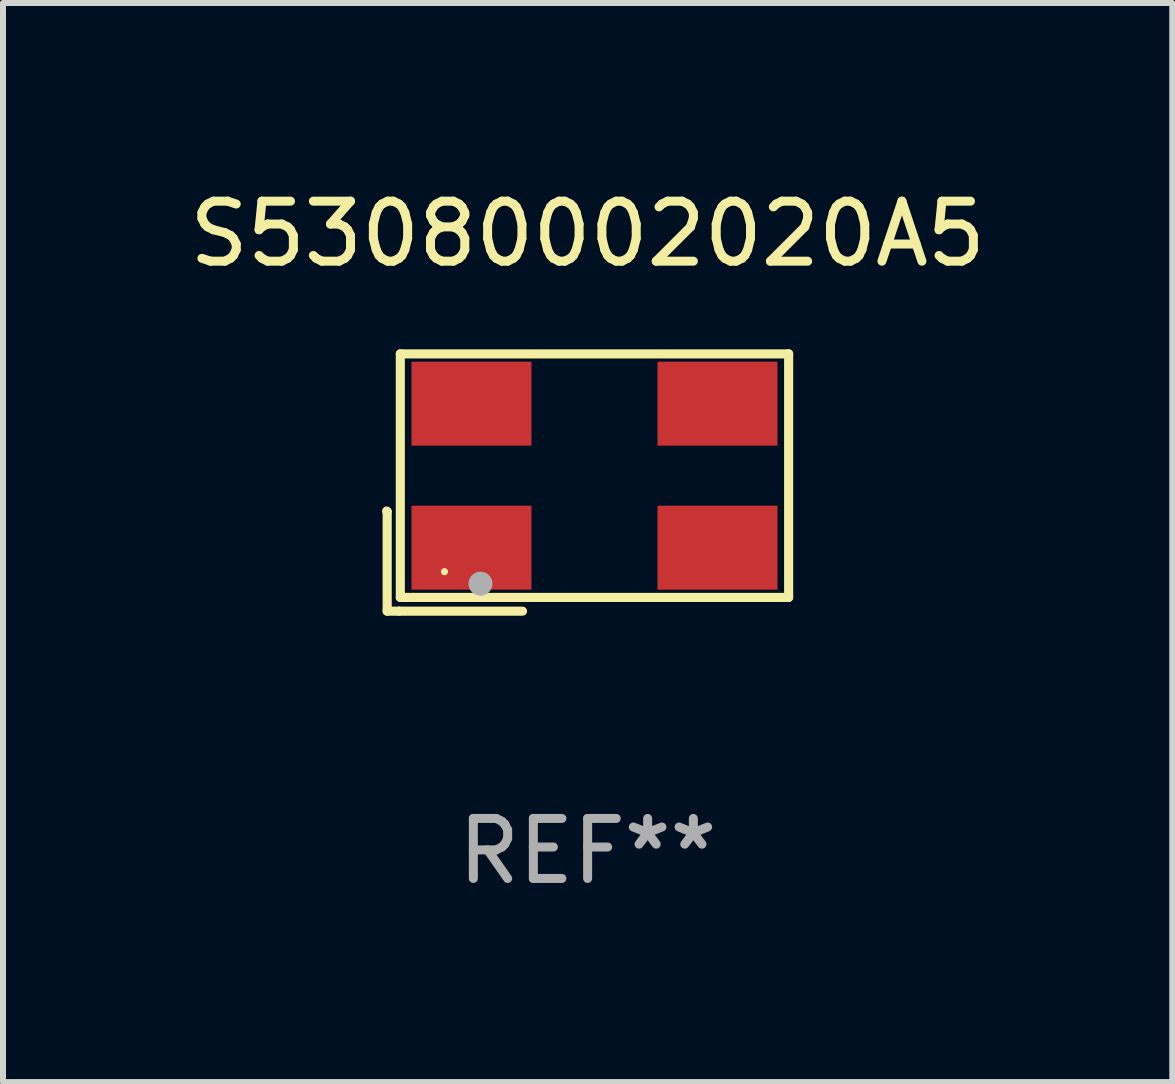
<source format=kicad_pcb>
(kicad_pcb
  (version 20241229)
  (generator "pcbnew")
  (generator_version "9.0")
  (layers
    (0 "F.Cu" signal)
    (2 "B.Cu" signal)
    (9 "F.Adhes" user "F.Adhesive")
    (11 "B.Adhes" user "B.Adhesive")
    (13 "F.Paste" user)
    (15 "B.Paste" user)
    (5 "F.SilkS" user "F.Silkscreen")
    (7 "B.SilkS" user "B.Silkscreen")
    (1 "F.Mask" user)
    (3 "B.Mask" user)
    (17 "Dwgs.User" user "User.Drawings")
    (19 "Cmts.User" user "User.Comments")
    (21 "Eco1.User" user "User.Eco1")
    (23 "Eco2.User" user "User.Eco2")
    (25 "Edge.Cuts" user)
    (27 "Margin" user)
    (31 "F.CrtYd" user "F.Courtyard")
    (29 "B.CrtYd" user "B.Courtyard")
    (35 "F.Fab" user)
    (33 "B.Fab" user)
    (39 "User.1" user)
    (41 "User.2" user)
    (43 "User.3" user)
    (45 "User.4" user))
  (footprint "S53080002020A5"
    (layer "F.Cu")
    (at 6.744 4.992)
    (property "Reference" "S53080002020A5" (at 0 -4.144 0) (layer "F.SilkS") (effects (font (size 1 1) (thickness 0.15))))
    (attr through_hole)
    (fp_line (start -3.35 0.476) (end -3.341 0.485) (stroke (width 0.152) (type solid)) (layer "F.SilkS"))
    (fp_line (start -3.341 0.485) (end -3.341 2.144) (stroke (width 0.152) (type solid)) (layer "F.SilkS"))
    (fp_line (start -3.341 2.144) (end -3.143 2.144) (stroke (width 0.152) (type solid)) (layer "F.SilkS"))
    (fp_line (start -3.143 2.144) (end -1.085 2.144) (stroke (width 0.152) (type solid)) (layer "F.SilkS"))
    (fp_line (start -3.122 -2.144) (end 3.35 -2.144) (stroke (width 0.152) (type solid)) (layer "F.SilkS"))
    (fp_line (start -3.122 1.915) (end -3.122 -2.144) (stroke (width 0.152) (type solid)) (layer "F.SilkS"))
    (fp_line (start -2.914 1.915) (end -3.122 1.915) (stroke (width 0.152) (type solid)) (layer "F.SilkS"))
    (fp_line (start 3.35 -2.144) (end 3.35 1.915) (stroke (width 0.152) (type solid)) (layer "F.SilkS"))
    (fp_line (start 3.35 1.915) (end -2.914 1.915) (stroke (width 0.152) (type solid)) (layer "F.SilkS"))
    (fp_circle (center -2.386 1.486) (end -2.356 1.486) (stroke (width 0.06) (type solid)) (fill no) (layer "F.SilkS"))
    (fp_circle (center -1.786 1.686) (end -1.686 1.686) (stroke (width 0.2) (type solid)) (fill no) (layer "F.Fab"))
    (fp_text user "REF**" (at 0 6.144 0) (layer "F.Fab") (effects (font (size 1 1) (thickness 0.15))))
    (pad "1" smd rect (at -1.936 1.086) (size 2 1.4) (layers "F.Cu" "F.Mask" "F.Paste"))
    (pad "2" smd rect (at 2.164 1.086) (size 2 1.4) (layers "F.Cu" "F.Mask" "F.Paste"))
    (pad "3" smd rect (at 2.164 -1.314) (size 2 1.4) (layers "F.Cu" "F.Mask" "F.Paste"))
    (pad "4" smd rect (at -1.936 -1.314) (size 2 1.4) (layers "F.Cu" "F.Mask" "F.Paste")))
  (gr_rect
    (start -3 -3)
    (end 16.488 14.984)
    (stroke (width 0.1) (type default))
    (fill no)
    (layer "Edge.Cuts")))
</source>
